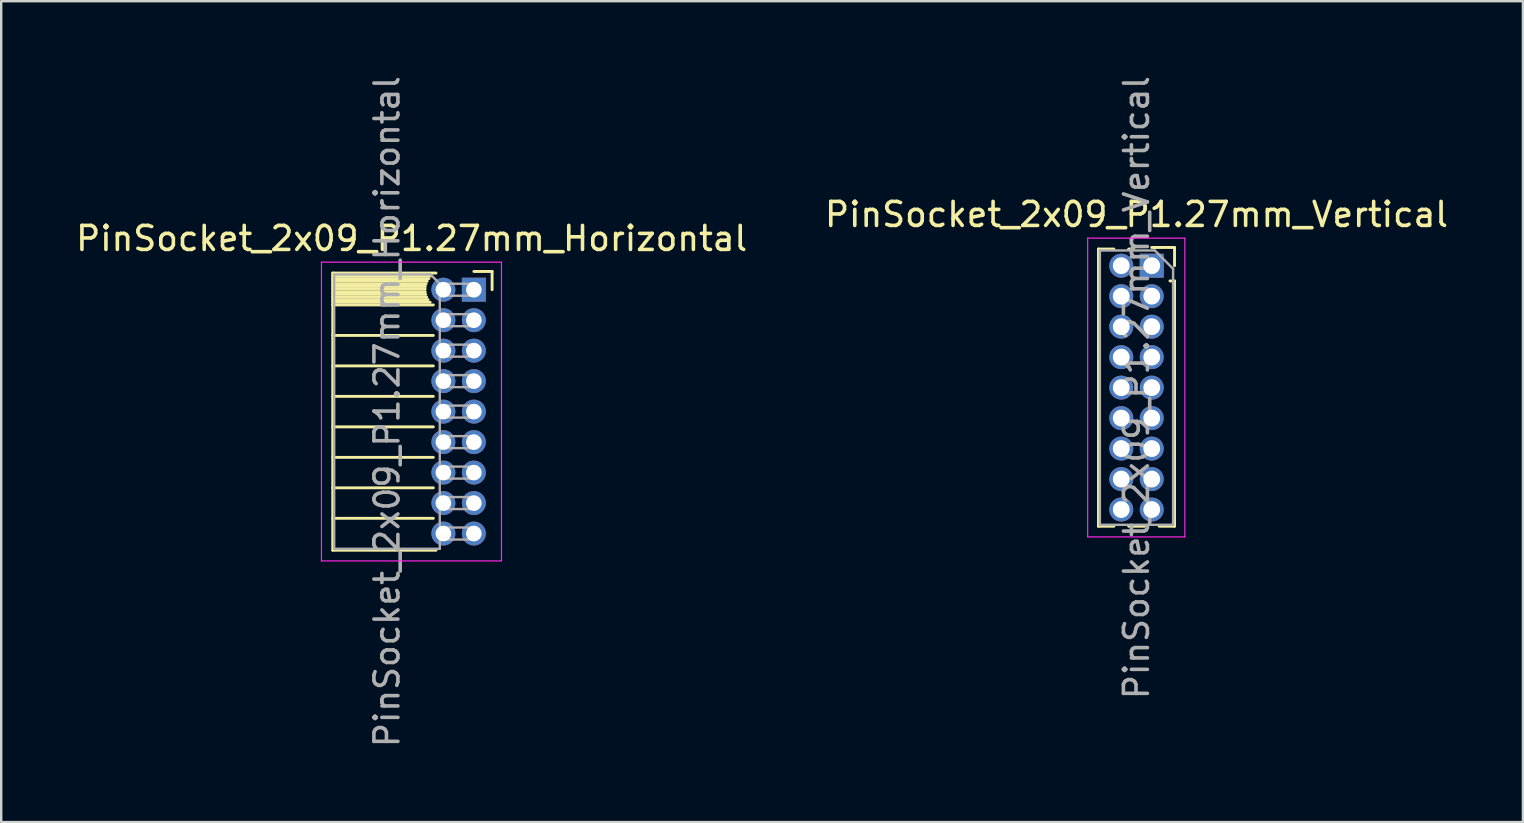
<source format=kicad_pcb>
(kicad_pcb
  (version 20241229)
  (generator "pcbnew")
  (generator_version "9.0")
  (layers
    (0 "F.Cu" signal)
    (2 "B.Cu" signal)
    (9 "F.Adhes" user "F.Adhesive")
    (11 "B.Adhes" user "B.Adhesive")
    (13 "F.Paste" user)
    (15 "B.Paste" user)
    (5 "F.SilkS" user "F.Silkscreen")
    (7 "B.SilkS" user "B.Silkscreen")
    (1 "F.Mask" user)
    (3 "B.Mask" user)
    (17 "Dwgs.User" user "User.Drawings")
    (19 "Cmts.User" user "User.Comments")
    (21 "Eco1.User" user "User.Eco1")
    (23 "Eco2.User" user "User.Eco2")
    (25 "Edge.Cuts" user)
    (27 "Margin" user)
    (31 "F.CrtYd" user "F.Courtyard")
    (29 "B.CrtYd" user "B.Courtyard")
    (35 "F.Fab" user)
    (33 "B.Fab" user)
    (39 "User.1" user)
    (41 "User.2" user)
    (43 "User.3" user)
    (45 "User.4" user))
  (footprint "PinSocket_2x09_P1.27mm_Vertical"
    (layer "F.Cu")
    (at 44.939 8.021)
    (property "Reference" "PinSocket_2x09_P1.27mm_Vertical" (at -0.635 -2.135 0) (layer "F.SilkS") (effects (font (size 1 1) (thickness 0.15))))
    (attr through_hole)
    (fp_line (start -2.22 -0.695) (end -2.22 10.855) (stroke (width 0.12) (type solid)) (layer "F.SilkS"))
    (fp_line (start -2.22 -0.695) (end -1.578 -0.695) (stroke (width 0.12) (type solid)) (layer "F.SilkS"))
    (fp_line (start -2.22 10.855) (end -1.578 10.855) (stroke (width 0.12) (type solid)) (layer "F.SilkS"))
    (fp_line (start -0.962 -0.695) (end -0.76 -0.695) (stroke (width 0.12) (type solid)) (layer "F.SilkS"))
    (fp_line (start -0.962 10.855) (end -0.308 10.855) (stroke (width 0.12) (type solid)) (layer "F.SilkS"))
    (fp_line (start 0 -0.76) (end 0.95 -0.76) (stroke (width 0.12) (type solid)) (layer "F.SilkS"))
    (fp_line (start 0.308 10.855) (end 0.95 10.855) (stroke (width 0.12) (type solid)) (layer "F.SilkS"))
    (fp_line (start 0.76 0.635) (end 0.95 0.635) (stroke (width 0.12) (type solid)) (layer "F.SilkS"))
    (fp_line (start 0.95 -0.76) (end 0.95 0) (stroke (width 0.12) (type solid)) (layer "F.SilkS"))
    (fp_line (start 0.95 0.635) (end 0.95 10.855) (stroke (width 0.12) (type solid)) (layer "F.SilkS"))
    (fp_line (start -2.67 -1.15) (end 1.38 -1.15) (stroke (width 0.05) (type solid)) (layer "F.CrtYd"))
    (fp_line (start -2.67 11.3) (end -2.67 -1.15) (stroke (width 0.05) (type solid)) (layer "F.CrtYd"))
    (fp_line (start 1.38 -1.15) (end 1.38 11.3) (stroke (width 0.05) (type solid)) (layer "F.CrtYd"))
    (fp_line (start 1.38 11.3) (end -2.67 11.3) (stroke (width 0.05) (type solid)) (layer "F.CrtYd"))
    (fp_line (start -2.16 -0.635) (end 0.128 -0.635) (stroke (width 0.1) (type solid)) (layer "F.Fab"))
    (fp_line (start -2.16 10.795) (end -2.16 -0.635) (stroke (width 0.1) (type solid)) (layer "F.Fab"))
    (fp_line (start 0.128 -0.635) (end 0.89 0.128) (stroke (width 0.1) (type solid)) (layer "F.Fab"))
    (fp_line (start 0.89 0.128) (end 0.89 10.795) (stroke (width 0.1) (type solid)) (layer "F.Fab"))
    (fp_line (start 0.89 10.795) (end -2.16 10.795) (stroke (width 0.1) (type solid)) (layer "F.Fab"))
    (fp_text user "${REFERENCE}" (at -0.635 5.08 90) (layer "F.Fab") (effects (font (size 1 1) (thickness 0.15))))
    (pad "1" thru_hole rect (at 0 0) (size 1 1) (drill 0.7) (layers "*.Cu" "*.Mask"))
    (pad "2" thru_hole oval (at -1.27 0) (size 1 1) (drill 0.7) (layers "*.Cu" "*.Mask"))
    (pad "3" thru_hole oval (at 0 1.27) (size 1 1) (drill 0.7) (layers "*.Cu" "*.Mask"))
    (pad "4" thru_hole oval (at -1.27 1.27) (size 1 1) (drill 0.7) (layers "*.Cu" "*.Mask"))
    (pad "5" thru_hole oval (at 0 2.54) (size 1 1) (drill 0.7) (layers "*.Cu" "*.Mask"))
    (pad "6" thru_hole oval (at -1.27 2.54) (size 1 1) (drill 0.7) (layers "*.Cu" "*.Mask"))
    (pad "7" thru_hole oval (at 0 3.81) (size 1 1) (drill 0.7) (layers "*.Cu" "*.Mask"))
    (pad "8" thru_hole oval (at -1.27 3.81) (size 1 1) (drill 0.7) (layers "*.Cu" "*.Mask"))
    (pad "9" thru_hole oval (at 0 5.08) (size 1 1) (drill 0.7) (layers "*.Cu" "*.Mask"))
    (pad "10" thru_hole oval (at -1.27 5.08) (size 1 1) (drill 0.7) (layers "*.Cu" "*.Mask"))
    (pad "11" thru_hole oval (at 0 6.35) (size 1 1) (drill 0.7) (layers "*.Cu" "*.Mask"))
    (pad "12" thru_hole oval (at -1.27 6.35) (size 1 1) (drill 0.7) (layers "*.Cu" "*.Mask"))
    (pad "13" thru_hole oval (at 0 7.62) (size 1 1) (drill 0.7) (layers "*.Cu" "*.Mask"))
    (pad "14" thru_hole oval (at -1.27 7.62) (size 1 1) (drill 0.7) (layers "*.Cu" "*.Mask"))
    (pad "15" thru_hole oval (at 0 8.89) (size 1 1) (drill 0.7) (layers "*.Cu" "*.Mask"))
    (pad "16" thru_hole oval (at -1.27 8.89) (size 1 1) (drill 0.7) (layers "*.Cu" "*.Mask"))
    (pad "17" thru_hole oval (at 0 10.16) (size 1 1) (drill 0.7) (layers "*.Cu" "*.Mask"))
    (pad "18" thru_hole oval (at -1.27 10.16) (size 1 1) (drill 0.7) (layers "*.Cu" "*.Mask")))
  (footprint "PinSocket_2x09_P1.27mm_Horizontal"
    (layer "F.Cu")
    (at 16.694 9.021)
    (property "Reference" "PinSocket_2x09_P1.27mm_Horizontal" (at -2.592 -2.135 0) (layer "F.SilkS") (effects (font (size 1 1) (thickness 0.15))))
    (attr through_hole)
    (fp_line (start -5.88 -0.695) (end -5.88 10.855) (stroke (width 0.12) (type solid)) (layer "F.SilkS"))
    (fp_line (start -5.88 -0.695) (end -1.578 -0.695) (stroke (width 0.12) (type solid)) (layer "F.SilkS"))
    (fp_line (start -5.88 -0.575) (end -1.767 -0.575) (stroke (width 0.12) (type solid)) (layer "F.SilkS"))
    (fp_line (start -5.88 -0.465) (end -1.871 -0.465) (stroke (width 0.12) (type solid)) (layer "F.SilkS"))
    (fp_line (start -5.88 -0.355) (end -1.942 -0.355) (stroke (width 0.12) (type solid)) (layer "F.SilkS"))
    (fp_line (start -5.88 -0.245) (end -1.989 -0.245) (stroke (width 0.12) (type solid)) (layer "F.SilkS"))
    (fp_line (start -5.88 -0.135) (end -2.018 -0.135) (stroke (width 0.12) (type solid)) (layer "F.SilkS"))
    (fp_line (start -5.88 -0.025) (end -2.03 -0.025) (stroke (width 0.12) (type solid)) (layer "F.SilkS"))
    (fp_line (start -5.88 0.085) (end -2.025 0.085) (stroke (width 0.12) (type solid)) (layer "F.SilkS"))
    (fp_line (start -5.88 0.195) (end -2.005 0.195) (stroke (width 0.12) (type solid)) (layer "F.SilkS"))
    (fp_line (start -5.88 0.305) (end -1.966 0.305) (stroke (width 0.12) (type solid)) (layer "F.SilkS"))
    (fp_line (start -5.88 0.415) (end -1.907 0.415) (stroke (width 0.12) (type solid)) (layer "F.SilkS"))
    (fp_line (start -5.88 0.525) (end -1.82 0.525) (stroke (width 0.12) (type solid)) (layer "F.SilkS"))
    (fp_line (start -5.88 0.635) (end -1.688 0.635) (stroke (width 0.12) (type solid)) (layer "F.SilkS"))
    (fp_line (start -5.88 1.905) (end -1.688 1.905) (stroke (width 0.12) (type solid)) (layer "F.SilkS"))
    (fp_line (start -5.88 3.175) (end -1.688 3.175) (stroke (width 0.12) (type solid)) (layer "F.SilkS"))
    (fp_line (start -5.88 4.445) (end -1.688 4.445) (stroke (width 0.12) (type solid)) (layer "F.SilkS"))
    (fp_line (start -5.88 5.715) (end -1.688 5.715) (stroke (width 0.12) (type solid)) (layer "F.SilkS"))
    (fp_line (start -5.88 6.985) (end -1.688 6.985) (stroke (width 0.12) (type solid)) (layer "F.SilkS"))
    (fp_line (start -5.88 8.255) (end -1.688 8.255) (stroke (width 0.12) (type solid)) (layer "F.SilkS"))
    (fp_line (start -5.88 9.525) (end -1.688 9.525) (stroke (width 0.12) (type solid)) (layer "F.SilkS"))
    (fp_line (start -5.88 10.855) (end -1.578 10.855) (stroke (width 0.12) (type solid)) (layer "F.SilkS"))
    (fp_line (start 0 -0.76) (end 0.76 -0.76) (stroke (width 0.12) (type solid)) (layer "F.SilkS"))
    (fp_line (start 0.76 -0.76) (end 0.76 0) (stroke (width 0.12) (type solid)) (layer "F.SilkS"))
    (fp_line (start -6.35 -1.15) (end -6.35 11.3) (stroke (width 0.05) (type solid)) (layer "F.CrtYd"))
    (fp_line (start -6.35 11.3) (end 1.15 11.3) (stroke (width 0.05) (type solid)) (layer "F.CrtYd"))
    (fp_line (start 1.15 -1.15) (end -6.35 -1.15) (stroke (width 0.05) (type solid)) (layer "F.CrtYd"))
    (fp_line (start 1.15 11.3) (end 1.15 -1.15) (stroke (width 0.05) (type solid)) (layer "F.CrtYd"))
    (fp_line (start -5.82 -0.635) (end -1.805 -0.635) (stroke (width 0.1) (type solid)) (layer "F.Fab"))
    (fp_line (start -5.82 10.795) (end -5.82 -0.635) (stroke (width 0.1) (type solid)) (layer "F.Fab"))
    (fp_line (start -1.805 -0.635) (end -1.42 -0.25) (stroke (width 0.1) (type solid)) (layer "F.Fab"))
    (fp_line (start -1.42 -0.25) (end -1.42 10.795) (stroke (width 0.1) (type solid)) (layer "F.Fab"))
    (fp_line (start -1.42 0.25) (end 0 0.25) (stroke (width 0.1) (type solid)) (layer "F.Fab"))
    (fp_line (start -1.42 1.52) (end 0 1.52) (stroke (width 0.1) (type solid)) (layer "F.Fab"))
    (fp_line (start -1.42 2.79) (end 0 2.79) (stroke (width 0.1) (type solid)) (layer "F.Fab"))
    (fp_line (start -1.42 4.06) (end 0 4.06) (stroke (width 0.1) (type solid)) (layer "F.Fab"))
    (fp_line (start -1.42 5.33) (end 0 5.33) (stroke (width 0.1) (type solid)) (layer "F.Fab"))
    (fp_line (start -1.42 6.6) (end 0 6.6) (stroke (width 0.1) (type solid)) (layer "F.Fab"))
    (fp_line (start -1.42 7.87) (end 0 7.87) (stroke (width 0.1) (type solid)) (layer "F.Fab"))
    (fp_line (start -1.42 9.14) (end 0 9.14) (stroke (width 0.1) (type solid)) (layer "F.Fab"))
    (fp_line (start -1.42 10.41) (end 0 10.41) (stroke (width 0.1) (type solid)) (layer "F.Fab"))
    (fp_line (start -1.42 10.795) (end -5.82 10.795) (stroke (width 0.1) (type solid)) (layer "F.Fab"))
    (fp_line (start 0 -0.25) (end -1.42 -0.25) (stroke (width 0.1) (type solid)) (layer "F.Fab"))
    (fp_line (start 0 0.25) (end 0 -0.25) (stroke (width 0.1) (type solid)) (layer "F.Fab"))
    (fp_line (start 0 1.02) (end -1.42 1.02) (stroke (width 0.1) (type solid)) (layer "F.Fab"))
    (fp_line (start 0 1.52) (end 0 1.02) (stroke (width 0.1) (type solid)) (layer "F.Fab"))
    (fp_line (start 0 2.29) (end -1.42 2.29) (stroke (width 0.1) (type solid)) (layer "F.Fab"))
    (fp_line (start 0 2.79) (end 0 2.29) (stroke (width 0.1) (type solid)) (layer "F.Fab"))
    (fp_line (start 0 3.56) (end -1.42 3.56) (stroke (width 0.1) (type solid)) (layer "F.Fab"))
    (fp_line (start 0 4.06) (end 0 3.56) (stroke (width 0.1) (type solid)) (layer "F.Fab"))
    (fp_line (start 0 4.83) (end -1.42 4.83) (stroke (width 0.1) (type solid)) (layer "F.Fab"))
    (fp_line (start 0 5.33) (end 0 4.83) (stroke (width 0.1) (type solid)) (layer "F.Fab"))
    (fp_line (start 0 6.1) (end -1.42 6.1) (stroke (width 0.1) (type solid)) (layer "F.Fab"))
    (fp_line (start 0 6.6) (end 0 6.1) (stroke (width 0.1) (type solid)) (layer "F.Fab"))
    (fp_line (start 0 7.37) (end -1.42 7.37) (stroke (width 0.1) (type solid)) (layer "F.Fab"))
    (fp_line (start 0 7.87) (end 0 7.37) (stroke (width 0.1) (type solid)) (layer "F.Fab"))
    (fp_line (start 0 8.64) (end -1.42 8.64) (stroke (width 0.1) (type solid)) (layer "F.Fab"))
    (fp_line (start 0 9.14) (end 0 8.64) (stroke (width 0.1) (type solid)) (layer "F.Fab"))
    (fp_line (start 0 9.91) (end -1.42 9.91) (stroke (width 0.1) (type solid)) (layer "F.Fab"))
    (fp_line (start 0 10.41) (end 0 9.91) (stroke (width 0.1) (type solid)) (layer "F.Fab"))
    (fp_text user "${REFERENCE}" (at -3.62 5.08 90) (layer "F.Fab") (effects (font (size 1 1) (thickness 0.15))))
    (pad "1" thru_hole rect (at 0 0) (size 1 1) (drill 0.65) (layers "*.Cu" "*.Mask"))
    (pad "2" thru_hole oval (at -1.27 0) (size 1 1) (drill 0.65) (layers "*.Cu" "*.Mask"))
    (pad "3" thru_hole oval (at 0 1.27) (size 1 1) (drill 0.65) (layers "*.Cu" "*.Mask"))
    (pad "4" thru_hole oval (at -1.27 1.27) (size 1 1) (drill 0.65) (layers "*.Cu" "*.Mask"))
    (pad "5" thru_hole oval (at 0 2.54) (size 1 1) (drill 0.65) (layers "*.Cu" "*.Mask"))
    (pad "6" thru_hole oval (at -1.27 2.54) (size 1 1) (drill 0.65) (layers "*.Cu" "*.Mask"))
    (pad "7" thru_hole oval (at 0 3.81) (size 1 1) (drill 0.65) (layers "*.Cu" "*.Mask"))
    (pad "8" thru_hole oval (at -1.27 3.81) (size 1 1) (drill 0.65) (layers "*.Cu" "*.Mask"))
    (pad "9" thru_hole oval (at 0 5.08) (size 1 1) (drill 0.65) (layers "*.Cu" "*.Mask"))
    (pad "10" thru_hole oval (at -1.27 5.08) (size 1 1) (drill 0.65) (layers "*.Cu" "*.Mask"))
    (pad "11" thru_hole oval (at 0 6.35) (size 1 1) (drill 0.65) (layers "*.Cu" "*.Mask"))
    (pad "12" thru_hole oval (at -1.27 6.35) (size 1 1) (drill 0.65) (layers "*.Cu" "*.Mask"))
    (pad "13" thru_hole oval (at 0 7.62) (size 1 1) (drill 0.65) (layers "*.Cu" "*.Mask"))
    (pad "14" thru_hole oval (at -1.27 7.62) (size 1 1) (drill 0.65) (layers "*.Cu" "*.Mask"))
    (pad "15" thru_hole oval (at 0 8.89) (size 1 1) (drill 0.65) (layers "*.Cu" "*.Mask"))
    (pad "16" thru_hole oval (at -1.27 8.89) (size 1 1) (drill 0.65) (layers "*.Cu" "*.Mask"))
    (pad "17" thru_hole oval (at 0 10.16) (size 1 1) (drill 0.65) (layers "*.Cu" "*.Mask"))
    (pad "18" thru_hole oval (at -1.27 10.16) (size 1 1) (drill 0.65) (layers "*.Cu" "*.Mask")))
  (gr_rect
    (start -3 -3)
    (end 60.405 31.202)
    (stroke (width 0.1) (type default))
    (fill no)
    (layer "Edge.Cuts")))
</source>
